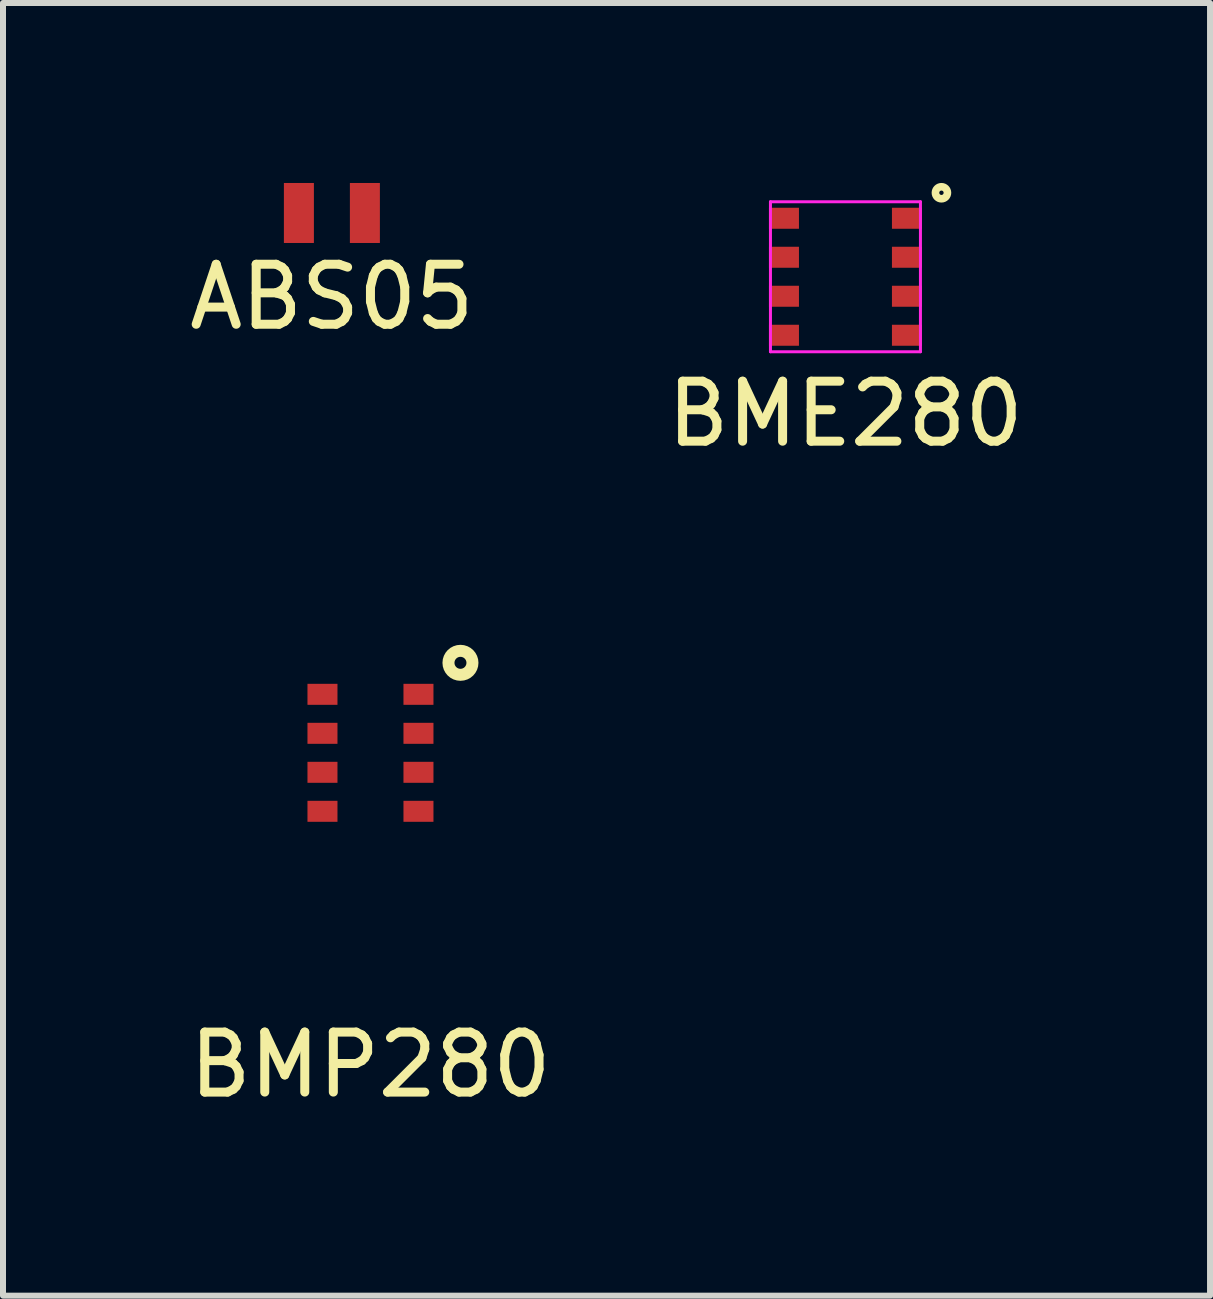
<source format=kicad_pcb>
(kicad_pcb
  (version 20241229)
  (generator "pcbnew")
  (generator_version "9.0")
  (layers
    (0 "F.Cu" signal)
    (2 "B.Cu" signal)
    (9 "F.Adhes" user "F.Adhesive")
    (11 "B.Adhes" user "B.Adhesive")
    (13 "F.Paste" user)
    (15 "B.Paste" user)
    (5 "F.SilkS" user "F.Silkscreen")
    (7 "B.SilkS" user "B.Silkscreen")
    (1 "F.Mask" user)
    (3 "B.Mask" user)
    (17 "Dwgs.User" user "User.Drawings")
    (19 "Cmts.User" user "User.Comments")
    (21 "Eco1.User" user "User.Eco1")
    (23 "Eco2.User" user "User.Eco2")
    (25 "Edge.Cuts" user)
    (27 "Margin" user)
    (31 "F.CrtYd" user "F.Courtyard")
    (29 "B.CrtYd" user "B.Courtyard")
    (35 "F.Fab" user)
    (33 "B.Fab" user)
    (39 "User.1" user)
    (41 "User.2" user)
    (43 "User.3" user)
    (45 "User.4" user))
  (footprint "ABS05"
    (layer "F.Cu")
    (at 2.482 0.5)
    (property "Reference" "ABS05" (at 0 1.4 0) (layer "F.SilkS") (effects (font (size 1 1) (thickness 0.15))))
    (attr through_hole)
    (pad "1" smd rect (at -0.55 0) (size 0.5 1) (layers "F.Cu" "F.Mask" "F.Paste"))
    (pad "2" smd rect (at 0.55 0) (size 0.5 1) (layers "F.Cu" "F.Mask" "F.Paste")))
  (footprint "BMP280"
    (layer "F.Cu")
    (at 3.125 9.498)
    (property "Reference" "BMP280" (at 0 5.2 0) (layer "F.SilkS") (effects (font (size 1 1) (thickness 0.15))))
    (attr through_hole)
    (fp_circle (center 1.5 -1.5) (end 1.7 -1.5) (stroke (width 0.2) (type solid)) (fill no) (layer "F.SilkS"))
    (pad "1" smd rect (at 0.8 -0.975) (size 0.5 0.35) (layers "F.Cu" "F.Mask" "F.Paste"))
    (pad "2" smd rect (at 0.8 -0.325) (size 0.5 0.35) (layers "F.Cu" "F.Mask" "F.Paste"))
    (pad "3" smd rect (at 0.8 0.325) (size 0.5 0.35) (layers "F.Cu" "F.Mask" "F.Paste"))
    (pad "4" smd rect (at 0.8 0.975) (size 0.5 0.35) (layers "F.Cu" "F.Mask" "F.Paste"))
    (pad "5" smd rect (at -0.8 0.975) (size 0.5 0.35) (layers "F.Cu" "F.Mask" "F.Paste"))
    (pad "6" smd rect (at -0.8 0.325) (size 0.5 0.35) (layers "F.Cu" "F.Mask" "F.Paste"))
    (pad "7" smd rect (at -0.8 -0.325) (size 0.5 0.35) (layers "F.Cu" "F.Mask" "F.Paste"))
    (pad "8" smd rect (at -0.8 -0.975) (size 0.5 0.35) (layers "F.Cu" "F.Mask" "F.Paste")))
  (footprint "BME280"
    (layer "F.Cu")
    (at 11.042 1.563)
    (property "Reference" "BME280" (at 0 2.286 0) (layer "F.SilkS") (effects (font (size 1 1) (thickness 0.15))))
    (attr through_hole)
    (fp_circle (center 1.6 -1.4) (end 1.7 -1.4) (stroke (width 0.127) (type solid)) (fill no) (layer "F.SilkS"))
    (fp_line (start -1.25 -1.25) (end -1.25 1.25) (stroke (width 0.05) (type solid)) (layer "F.CrtYd"))
    (fp_line (start -1.25 1.25) (end 1.25 1.25) (stroke (width 0.05) (type solid)) (layer "F.CrtYd"))
    (fp_line (start 1.25 -1.25) (end -1.25 -1.25) (stroke (width 0.05) (type solid)) (layer "F.CrtYd"))
    (fp_line (start 1.25 1.25) (end 1.25 -1.25) (stroke (width 0.05) (type solid)) (layer "F.CrtYd"))
    (pad "1" smd rect (at 1.025 -0.975) (size 0.5 0.35) (layers "F.Cu" "F.Mask" "F.Paste"))
    (pad "2" smd rect (at 1.025 -0.325) (size 0.5 0.35) (layers "F.Cu" "F.Mask" "F.Paste"))
    (pad "3" smd rect (at 1.025 0.325) (size 0.5 0.35) (layers "F.Cu" "F.Mask" "F.Paste"))
    (pad "4" smd rect (at 1.025 0.975) (size 0.5 0.35) (layers "F.Cu" "F.Mask" "F.Paste"))
    (pad "5" smd rect (at -1.025 0.975) (size 0.5 0.35) (layers "F.Cu" "F.Mask" "F.Paste"))
    (pad "6" smd rect (at -1.025 0.325) (size 0.5 0.35) (layers "F.Cu" "F.Mask" "F.Paste"))
    (pad "7" smd rect (at -1.025 -0.325) (size 0.5 0.35) (layers "F.Cu" "F.Mask" "F.Paste"))
    (pad "8" smd rect (at -1.025 -0.975) (size 0.5 0.35) (layers "F.Cu" "F.Mask" "F.Paste")))
  (gr_rect
    (start -3 -3)
    (end 17.119 18.546)
    (stroke (width 0.1) (type default))
    (fill no)
    (layer "Edge.Cuts")))
</source>
